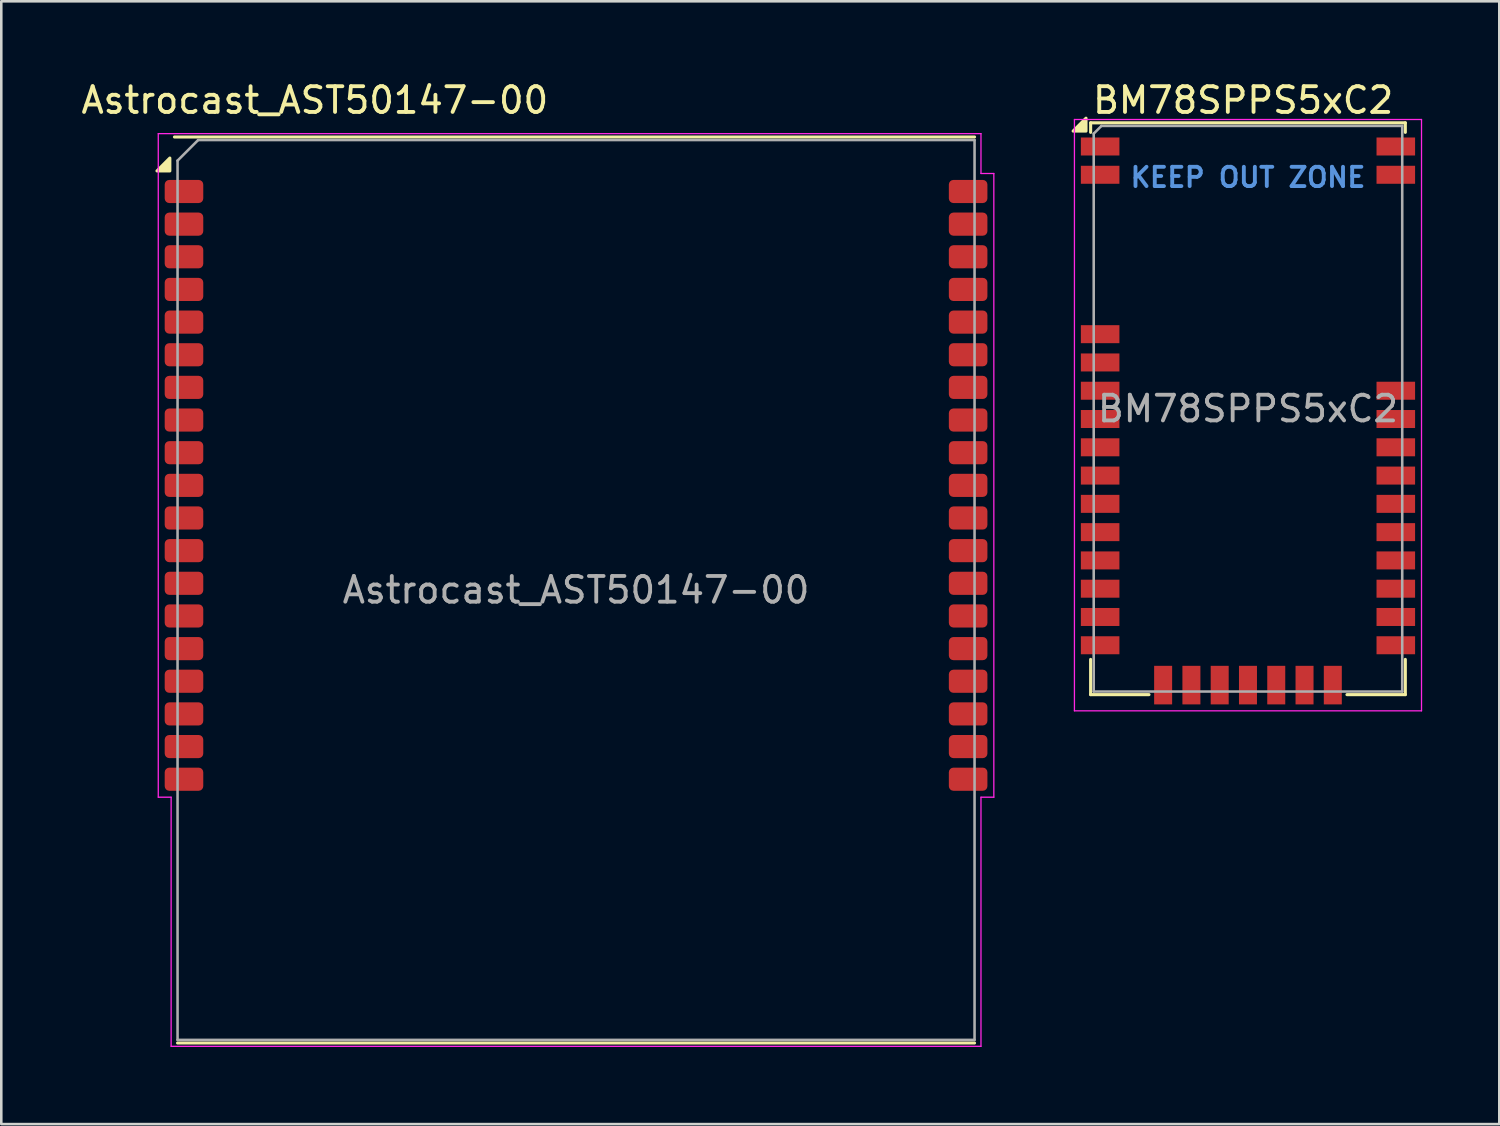
<source format=kicad_pcb>
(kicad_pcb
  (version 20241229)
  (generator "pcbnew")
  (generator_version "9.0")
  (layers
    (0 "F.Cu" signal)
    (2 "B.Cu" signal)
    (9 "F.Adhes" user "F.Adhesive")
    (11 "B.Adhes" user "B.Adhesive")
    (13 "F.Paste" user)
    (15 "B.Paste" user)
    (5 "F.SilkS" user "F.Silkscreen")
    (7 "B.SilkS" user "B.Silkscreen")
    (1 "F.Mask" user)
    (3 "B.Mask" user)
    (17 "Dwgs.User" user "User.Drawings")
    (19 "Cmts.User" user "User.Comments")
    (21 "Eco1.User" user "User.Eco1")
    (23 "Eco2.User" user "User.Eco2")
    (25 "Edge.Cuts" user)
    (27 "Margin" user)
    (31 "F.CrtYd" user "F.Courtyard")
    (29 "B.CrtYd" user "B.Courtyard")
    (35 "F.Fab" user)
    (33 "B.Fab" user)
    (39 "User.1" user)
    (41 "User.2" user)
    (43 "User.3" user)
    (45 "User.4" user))
  (footprint "BM78SPPS5xC2"
    (layer "F.Cu")
    (at 45.491 12.848)
    (property "Reference" "BM78SPPS5xC2" (at -6.12 -12 180) (layer "F.SilkS") (effects (font (size 1 1) (thickness 0.15)) (justify left)))
    (attr smd)
    (fp_line (start -6.12 -11.12) (end -6.12 -10.75) (stroke (width 0.12) (type solid)) (layer "F.SilkS"))
    (fp_line (start -6.12 -11.12) (end 6.12 -11.12) (stroke (width 0.12) (type solid)) (layer "F.SilkS"))
    (fp_line (start -6.12 9.75) (end -6.12 11.12) (stroke (width 0.12) (type solid)) (layer "F.SilkS"))
    (fp_line (start -6.12 11.12) (end -3.85 11.12) (stroke (width 0.12) (type solid)) (layer "F.SilkS"))
    (fp_line (start 6.12 -11.12) (end 6.12 -10.75) (stroke (width 0.12) (type solid)) (layer "F.SilkS"))
    (fp_line (start 6.12 11.12) (end 3.85 11.12) (stroke (width 0.12) (type solid)) (layer "F.SilkS"))
    (fp_line (start 6.12 11.12) (end 6.12 9.75) (stroke (width 0.12) (type solid)) (layer "F.SilkS"))
    (fp_poly (pts (xy -6.3 -10.8) (xy -6.8 -10.8) (xy -6.3 -11.3) (xy -6.3 -10.8)) (stroke (width 0.12) (type solid)) (fill yes) (layer "F.SilkS"))
    (fp_line (start -6.75 -11.25) (end 6.75 -11.25) (stroke (width 0.05) (type solid)) (layer "F.CrtYd"))
    (fp_line (start -6.75 11.75) (end -6.75 -11.25) (stroke (width 0.05) (type solid)) (layer "F.CrtYd"))
    (fp_line (start 6.75 -11.25) (end 6.75 11.75) (stroke (width 0.05) (type solid)) (layer "F.CrtYd"))
    (fp_line (start 6.75 11.75) (end -6.75 11.75) (stroke (width 0.05) (type solid)) (layer "F.CrtYd"))
    (fp_line (start -6 -10.7) (end -6 11) (stroke (width 0.1) (type solid)) (layer "F.Fab"))
    (fp_line (start -6 11) (end 6 11) (stroke (width 0.1) (type solid)) (layer "F.Fab"))
    (fp_line (start -5.7 -11) (end -6 -10.7) (stroke (width 0.1) (type solid)) (layer "F.Fab"))
    (fp_line (start 6 -11) (end -5.7 -11) (stroke (width 0.1) (type solid)) (layer "F.Fab"))
    (fp_line (start 6 11) (end 6 -11) (stroke (width 0.1) (type solid)) (layer "F.Fab"))
    (fp_text user "KEEP OUT ZONE" (at 0 -9 0) (layer "Cmts.User") (effects (font (size 0.75 0.75) (thickness 0.15))))
    (fp_text user "${REFERENCE}" (at 0 0 0) (layer "F.Fab") (effects (font (size 1 1) (thickness 0.15))))
    (pad "1" smd rect (at -5.75 -10.2 270) (size 0.7 1.5) (layers "F.Cu" "F.Mask" "F.Paste"))
    (pad "2" smd rect (at -5.75 -9.1 270) (size 0.7 1.5) (layers "F.Cu" "F.Mask" "F.Paste"))
    (pad "3" smd rect (at -5.75 -2.9 270) (size 0.7 1.5) (layers "F.Cu" "F.Mask" "F.Paste"))
    (pad "4" smd rect (at -5.75 -1.8 270) (size 0.7 1.5) (layers "F.Cu" "F.Mask" "F.Paste"))
    (pad "5" smd rect (at -5.75 -0.7 270) (size 0.7 1.5) (layers "F.Cu" "F.Mask" "F.Paste"))
    (pad "6" smd rect (at -5.75 0.4 270) (size 0.7 1.5) (layers "F.Cu" "F.Mask" "F.Paste"))
    (pad "7" smd rect (at -5.75 1.5 270) (size 0.7 1.5) (layers "F.Cu" "F.Mask" "F.Paste"))
    (pad "8" smd rect (at -5.75 2.6 270) (size 0.7 1.5) (layers "F.Cu" "F.Mask" "F.Paste"))
    (pad "9" smd rect (at -5.75 3.7 270) (size 0.7 1.5) (layers "F.Cu" "F.Mask" "F.Paste"))
    (pad "10" smd rect (at -5.75 4.8 270) (size 0.7 1.5) (layers "F.Cu" "F.Mask" "F.Paste"))
    (pad "11" smd rect (at -5.75 5.9 270) (size 0.7 1.5) (layers "F.Cu" "F.Mask" "F.Paste"))
    (pad "12" smd rect (at -5.75 7 270) (size 0.7 1.5) (layers "F.Cu" "F.Mask" "F.Paste"))
    (pad "13" smd rect (at -5.75 8.1 270) (size 0.7 1.5) (layers "F.Cu" "F.Mask" "F.Paste"))
    (pad "14" smd rect (at -5.75 9.2 270) (size 0.7 1.5) (layers "F.Cu" "F.Mask" "F.Paste"))
    (pad "15" smd rect (at -3.3 10.75) (size 0.7 1.5) (layers "F.Cu" "F.Mask" "F.Paste"))
    (pad "16" smd rect (at -2.2 10.75) (size 0.7 1.5) (layers "F.Cu" "F.Mask" "F.Paste"))
    (pad "17" smd rect (at -1.1 10.75) (size 0.7 1.5) (layers "F.Cu" "F.Mask" "F.Paste"))
    (pad "18" smd rect (at 0 10.75) (size 0.7 1.5) (layers "F.Cu" "F.Mask" "F.Paste"))
    (pad "19" smd rect (at 1.1 10.75) (size 0.7 1.5) (layers "F.Cu" "F.Mask" "F.Paste"))
    (pad "20" smd rect (at 2.2 10.75) (size 0.7 1.5) (layers "F.Cu" "F.Mask" "F.Paste"))
    (pad "21" smd rect (at 3.3 10.75) (size 0.7 1.5) (layers "F.Cu" "F.Mask" "F.Paste"))
    (pad "22" smd rect (at 5.75 9.2 270) (size 0.7 1.5) (layers "F.Cu" "F.Mask" "F.Paste"))
    (pad "23" smd rect (at 5.75 8.1 270) (size 0.7 1.5) (layers "F.Cu" "F.Mask" "F.Paste"))
    (pad "24" smd rect (at 5.75 7 270) (size 0.7 1.5) (layers "F.Cu" "F.Mask" "F.Paste"))
    (pad "25" smd rect (at 5.75 5.9 270) (size 0.7 1.5) (layers "F.Cu" "F.Mask" "F.Paste"))
    (pad "26" smd rect (at 5.75 4.8 270) (size 0.7 1.5) (layers "F.Cu" "F.Mask" "F.Paste"))
    (pad "27" smd rect (at 5.75 3.7 270) (size 0.7 1.5) (layers "F.Cu" "F.Mask" "F.Paste"))
    (pad "28" smd rect (at 5.75 2.6 270) (size 0.7 1.5) (layers "F.Cu" "F.Mask" "F.Paste"))
    (pad "29" smd rect (at 5.75 1.5 270) (size 0.7 1.5) (layers "F.Cu" "F.Mask" "F.Paste"))
    (pad "30" smd rect (at 5.75 0.4 270) (size 0.7 1.5) (layers "F.Cu" "F.Mask" "F.Paste"))
    (pad "31" smd rect (at 5.75 -0.7 270) (size 0.7 1.5) (layers "F.Cu" "F.Mask" "F.Paste"))
    (pad "32" smd rect (at 5.75 -9.1 270) (size 0.7 1.5) (layers "F.Cu" "F.Mask" "F.Paste"))
    (pad "33" smd rect (at 5.75 -10.2 270) (size 0.7 1.5) (layers "F.Cu" "F.Mask" "F.Paste"))
    (zone (net_name "") (layer "F.Cu") (hatch full 0.508) (connect_pads) (min_thickness 0.254) (filled_areas_thickness no) (keepout (tracks not_allowed) (vias not_allowed) (pads not_allowed) (copperpour not_allowed) (footprints not_allowed)) (placement (enabled no)) (fill) (polygon (pts (xy 51.491 2.298) (xy 50.491 2.298) (xy 50.491 2.998) (xy 51.491 2.998) (xy 51.491 3.398) (xy 50.491 3.398) (xy 50.491 4.098) (xy 51.491 4.098) (xy 51.491 9.048) (xy 47.491 9.048) (xy 47.491 5.848) (xy 39.491 5.848) (xy 39.491 4.098) (xy 40.491 4.098) (xy 40.491 3.398) (xy 39.491 3.398) (xy 39.491 2.998) (xy 40.491 2.998) (xy 40.491 2.298) (xy 39.491 2.298) (xy 39.491 1.848) (xy 51.491 1.848)))))
  (footprint "Astrocast_AST50147-00"
    (layer "F.Cu")
    (at 19.356 19.898)
    (property "Reference" "Astrocast_AST50147-00" (at -10.16 -19.05 0) (unlocked yes) (layer "F.SilkS") (effects (font (size 1 1) (thickness 0.15))))
    (attr smd)
    (fp_line (start -15.62 -17.62) (end 15.5 -17.62) (stroke (width 0.12) (type solid)) (layer "F.SilkS"))
    (fp_line (start -15.5 17.62) (end 15.5 17.62) (stroke (width 0.12) (type solid)) (layer "F.SilkS"))
    (fp_poly (pts (xy -15.8 -16.3) (xy -16.3 -16.3) (xy -15.8 -16.8) (xy -15.8 -16.3)) (stroke (width 0.12) (type solid)) (fill yes) (layer "F.SilkS"))
    (fp_line (start -16.25 -17.75) (end -16.25 8.06) (stroke (width 0.05) (type default)) (layer "F.CrtYd"))
    (fp_line (start -16.25 -17.75) (end 15.75 -17.75) (stroke (width 0.05) (type default)) (layer "F.CrtYd"))
    (fp_line (start -16.25 8.06) (end -15.75 8.06) (stroke (width 0.05) (type default)) (layer "F.CrtYd"))
    (fp_line (start -15.75 8.06) (end -15.75 17.75) (stroke (width 0.05) (type default)) (layer "F.CrtYd"))
    (fp_line (start -15.75 17.75) (end 15.75 17.75) (stroke (width 0.05) (type default)) (layer "F.CrtYd"))
    (fp_line (start 15.75 -16.2) (end 15.75 -17.75) (stroke (width 0.05) (type default)) (layer "F.CrtYd"))
    (fp_line (start 15.75 8.06) (end 15.75 17.75) (stroke (width 0.05) (type default)) (layer "F.CrtYd"))
    (fp_line (start 16.25 -16.2) (end 15.75 -16.2) (stroke (width 0.05) (type default)) (layer "F.CrtYd"))
    (fp_line (start 16.25 8.06) (end 15.75 8.06) (stroke (width 0.05) (type default)) (layer "F.CrtYd"))
    (fp_line (start 16.25 8.06) (end 16.25 -16.2) (stroke (width 0.05) (type default)) (layer "F.CrtYd"))
    (fp_line (start -15.5 -16.7) (end -15.5 17.5) (stroke (width 0.1) (type solid)) (layer "F.Fab"))
    (fp_line (start -15.5 17.5) (end 15.5 17.5) (stroke (width 0.1) (type solid)) (layer "F.Fab"))
    (fp_line (start -14.7 -17.5) (end -15.5 -16.7) (stroke (width 0.1) (type solid)) (layer "F.Fab"))
    (fp_line (start -14.7 -17.5) (end 15.5 -17.5) (stroke (width 0.1) (type solid)) (layer "F.Fab"))
    (fp_line (start 15.5 -17.5) (end 15.5 17.5) (stroke (width 0.1) (type solid)) (layer "F.Fab"))
    (fp_text user "${REFERENCE}" (at 0 0 0) (unlocked yes) (layer "F.Fab") (effects (font (size 1 1) (thickness 0.15))))
    (pad "1" smd roundrect (at -15.25 -15.5) (size 1.5 0.9) (layers "F.Cu" "F.Mask" "F.Paste") (roundrect_rratio 0.2))
    (pad "2" smd roundrect (at -15.25 -14.23) (size 1.5 0.9) (layers "F.Cu" "F.Mask" "F.Paste") (roundrect_rratio 0.2))
    (pad "3" smd roundrect (at -15.25 -12.96) (size 1.5 0.9) (layers "F.Cu" "F.Mask" "F.Paste") (roundrect_rratio 0.2))
    (pad "4" smd roundrect (at -15.25 -11.69) (size 1.5 0.9) (layers "F.Cu" "F.Mask" "F.Paste") (roundrect_rratio 0.2))
    (pad "5" smd roundrect (at -15.25 -10.42) (size 1.5 0.9) (layers "F.Cu" "F.Mask" "F.Paste") (roundrect_rratio 0.2))
    (pad "6" smd roundrect (at -15.25 -9.15) (size 1.5 0.9) (layers "F.Cu" "F.Mask" "F.Paste") (roundrect_rratio 0.2))
    (pad "7" smd roundrect (at -15.25 -7.88) (size 1.5 0.9) (layers "F.Cu" "F.Mask" "F.Paste") (roundrect_rratio 0.2))
    (pad "8" smd roundrect (at -15.25 -6.61) (size 1.5 0.9) (layers "F.Cu" "F.Mask" "F.Paste") (roundrect_rratio 0.2))
    (pad "9" smd roundrect (at -15.25 -5.34) (size 1.5 0.9) (layers "F.Cu" "F.Mask" "F.Paste") (roundrect_rratio 0.2))
    (pad "10" smd roundrect (at -15.25 -4.07) (size 1.5 0.9) (layers "F.Cu" "F.Mask" "F.Paste") (roundrect_rratio 0.2))
    (pad "11" smd roundrect (at -15.25 -2.8) (size 1.5 0.9) (layers "F.Cu" "F.Mask" "F.Paste") (roundrect_rratio 0.2))
    (pad "12" smd roundrect (at -15.25 -1.53) (size 1.5 0.9) (layers "F.Cu" "F.Mask" "F.Paste") (roundrect_rratio 0.2))
    (pad "13" smd roundrect (at -15.25 -0.26) (size 1.5 0.9) (layers "F.Cu" "F.Mask" "F.Paste") (roundrect_rratio 0.2))
    (pad "14" smd roundrect (at -15.25 1.01) (size 1.5 0.9) (layers "F.Cu" "F.Mask" "F.Paste") (roundrect_rratio 0.2))
    (pad "15" smd roundrect (at -15.25 2.28) (size 1.5 0.9) (layers "F.Cu" "F.Mask" "F.Paste") (roundrect_rratio 0.2))
    (pad "16" smd roundrect (at -15.25 3.55) (size 1.5 0.9) (layers "F.Cu" "F.Mask" "F.Paste") (roundrect_rratio 0.2))
    (pad "17" smd roundrect (at -15.25 4.82) (size 1.5 0.9) (layers "F.Cu" "F.Mask" "F.Paste") (roundrect_rratio 0.2))
    (pad "18" smd roundrect (at -15.25 6.09) (size 1.5 0.9) (layers "F.Cu" "F.Mask" "F.Paste") (roundrect_rratio 0.2))
    (pad "19" smd roundrect (at -15.25 7.36) (size 1.5 0.9) (layers "F.Cu" "F.Mask" "F.Paste") (roundrect_rratio 0.2))
    (pad "20" smd roundrect (at 15.25 7.36) (size 1.5 0.9) (layers "F.Cu" "F.Mask" "F.Paste") (roundrect_rratio 0.2))
    (pad "21" smd roundrect (at 15.25 6.09) (size 1.5 0.9) (layers "F.Cu" "F.Mask" "F.Paste") (roundrect_rratio 0.2))
    (pad "22" smd roundrect (at 15.25 4.82) (size 1.5 0.9) (layers "F.Cu" "F.Mask" "F.Paste") (roundrect_rratio 0.2))
    (pad "23" smd roundrect (at 15.25 3.55) (size 1.5 0.9) (layers "F.Cu" "F.Mask" "F.Paste") (roundrect_rratio 0.2))
    (pad "24" smd roundrect (at 15.25 2.28) (size 1.5 0.9) (layers "F.Cu" "F.Mask" "F.Paste") (roundrect_rratio 0.2))
    (pad "25" smd roundrect (at 15.25 1.01) (size 1.5 0.9) (layers "F.Cu" "F.Mask" "F.Paste") (roundrect_rratio 0.2))
    (pad "26" smd roundrect (at 15.25 -0.26) (size 1.5 0.9) (layers "F.Cu" "F.Mask" "F.Paste") (roundrect_rratio 0.2))
    (pad "27" smd roundrect (at 15.25 -1.53) (size 1.5 0.9) (layers "F.Cu" "F.Mask" "F.Paste") (roundrect_rratio 0.2))
    (pad "28" smd roundrect (at 15.25 -2.8) (size 1.5 0.9) (layers "F.Cu" "F.Mask" "F.Paste") (roundrect_rratio 0.2))
    (pad "29" smd roundrect (at 15.25 -4.07) (size 1.5 0.9) (layers "F.Cu" "F.Mask" "F.Paste") (roundrect_rratio 0.2))
    (pad "30" smd roundrect (at 15.25 -5.34) (size 1.5 0.9) (layers "F.Cu" "F.Mask" "F.Paste") (roundrect_rratio 0.2))
    (pad "31" smd roundrect (at 15.25 -6.61) (size 1.5 0.9) (layers "F.Cu" "F.Mask" "F.Paste") (roundrect_rratio 0.2))
    (pad "32" smd roundrect (at 15.25 -7.88) (size 1.5 0.9) (layers "F.Cu" "F.Mask" "F.Paste") (roundrect_rratio 0.2))
    (pad "33" smd roundrect (at 15.25 -9.15) (size 1.5 0.9) (layers "F.Cu" "F.Mask" "F.Paste") (roundrect_rratio 0.2))
    (pad "34" smd roundrect (at 15.25 -10.42) (size 1.5 0.9) (layers "F.Cu" "F.Mask" "F.Paste") (roundrect_rratio 0.2))
    (pad "35" smd roundrect (at 15.25 -11.69) (size 1.5 0.9) (layers "F.Cu" "F.Mask" "F.Paste") (roundrect_rratio 0.2))
    (pad "36" smd roundrect (at 15.25 -12.96) (size 1.5 0.9) (layers "F.Cu" "F.Mask" "F.Paste") (roundrect_rratio 0.2))
    (pad "37" smd roundrect (at 15.25 -14.23) (size 1.5 0.9) (layers "F.Cu" "F.Mask" "F.Paste") (roundrect_rratio 0.2))
    (pad "38" smd roundrect (at 15.25 -15.5) (size 1.5 0.9) (layers "F.Cu" "F.Mask" "F.Paste") (roundrect_rratio 0.2))
    (zone (net_name "") (layer "F.Cu") (name "Tracks, vias and pads Keep Out") (hatch full 0.5) (connect_pads) (min_thickness 0.25) (filled_areas_thickness no) (keepout (tracks not_allowed) (vias not_allowed) (pads not_allowed) (copperpour allowed) (footprints allowed)) (placement (enabled no)) (fill) (polygon (pts (xy 3.806 3.898) (xy 4.906 3.898) (xy 4.906 27.758) (xy 3.806 27.758) (xy 3.806 37.448) (xy 34.906 37.448) (xy 34.906 27.758) (xy 33.806 27.758) (xy 33.806 3.898) (xy 34.906 3.898) (xy 34.906 2.348) (xy 3.806 2.348)))))
  (gr_rect
    (start -3 -3)
    (end 55.266 40.673)
    (stroke (width 0.1) (type default))
    (fill no)
    (layer "Edge.Cuts")))
</source>
